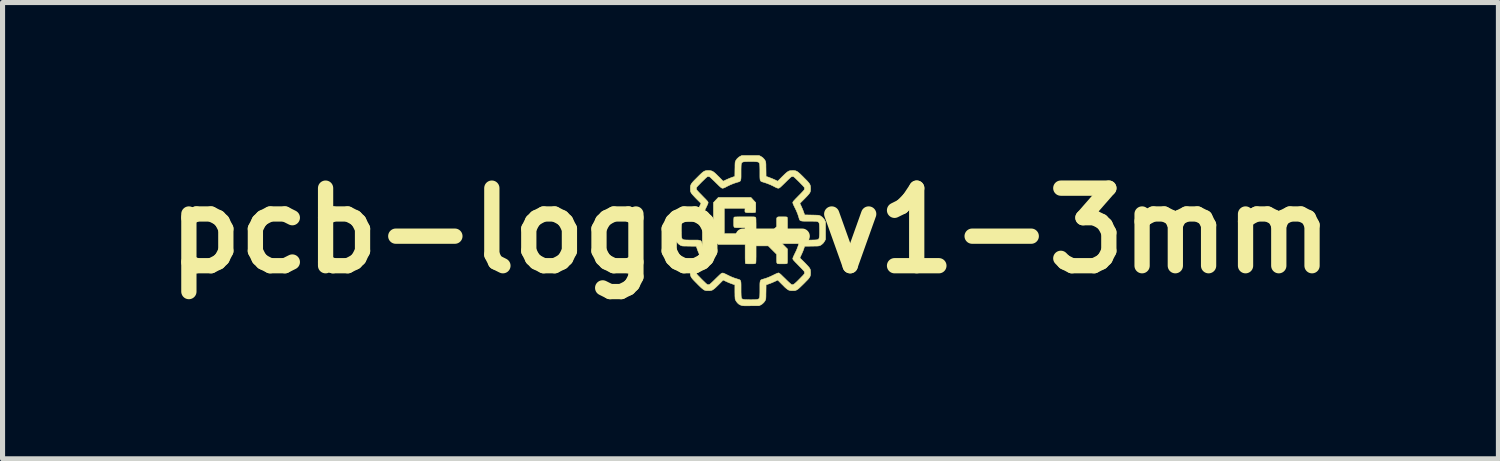
<source format=kicad_pcb>
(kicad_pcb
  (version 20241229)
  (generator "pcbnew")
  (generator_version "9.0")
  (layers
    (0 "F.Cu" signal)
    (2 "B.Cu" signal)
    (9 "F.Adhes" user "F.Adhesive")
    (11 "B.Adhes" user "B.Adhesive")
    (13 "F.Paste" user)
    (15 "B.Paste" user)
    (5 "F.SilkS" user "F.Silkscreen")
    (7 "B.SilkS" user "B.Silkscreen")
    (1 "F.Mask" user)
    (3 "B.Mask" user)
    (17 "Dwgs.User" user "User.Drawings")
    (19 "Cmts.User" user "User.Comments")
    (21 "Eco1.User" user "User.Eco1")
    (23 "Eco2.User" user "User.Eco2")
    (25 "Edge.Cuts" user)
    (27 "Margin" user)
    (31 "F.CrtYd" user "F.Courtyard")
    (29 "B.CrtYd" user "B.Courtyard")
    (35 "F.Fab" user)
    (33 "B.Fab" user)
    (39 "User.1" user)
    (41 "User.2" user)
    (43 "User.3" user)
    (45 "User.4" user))
  (footprint "pcb-logo-v1-3mm"
    (layer "F.Cu")
    (at 11.691 1.48)
    (property "Reference" "pcb-logo-v1-3mm" (at 0 0 0) (layer "F.SilkS") (effects (font (size 1.524 1.524) (thickness 0.3))))
    (attr through_hole)
    (fp_poly (pts (xy -0.311 -0.652) (xy 0.009 -0.652) (xy 0.104 -0.549) (xy 0.104 -0.458) (xy 0.104 -0.418) (xy 0.102 -0.388) (xy 0.1 -0.369) (xy 0.098 -0.36) (xy 0.097 -0.359) (xy 0.089 -0.356) (xy 0.071 -0.354) (xy 0.044 -0.353) (xy 0.005 -0.352) (xy -0.00026 -0.352) (xy -0.039 -0.352) (xy -0.067 -0.354) (xy -0.087 -0.356) (xy -0.1 -0.362) (xy -0.107 -0.37) (xy -0.109 -0.382) (xy -0.109 -0.399) (xy -0.108 -0.407) (xy -0.106 -0.439) (xy -0.514 -0.439) (xy -0.514 0.058) (xy -0.107 0.058) (xy -0.107 -0.058) (xy -0.208 -0.058) (xy -0.245 -0.058) (xy -0.273 -0.058) (xy -0.292 -0.059) (xy -0.304 -0.061) (xy -0.312 -0.063) (xy -0.318 -0.066) (xy -0.319 -0.068) (xy -0.323 -0.074) (xy -0.326 -0.083) (xy -0.328 -0.097) (xy -0.329 -0.118) (xy -0.329 -0.148) (xy -0.329 -0.168) (xy -0.329 -0.208) (xy -0.327 -0.237) (xy -0.325 -0.255) (xy -0.322 -0.264) (xy -0.322 -0.264) (xy -0.317 -0.266) (xy -0.305 -0.268) (xy -0.285 -0.269) (xy -0.257 -0.27) (xy -0.22 -0.271) (xy -0.173 -0.271) (xy -0.115 -0.271) (xy -0.112 -0.271) (xy -0.058 -0.271) (xy -0.015 -0.271) (xy 0.02 -0.271) (xy 0.046 -0.27) (xy 0.066 -0.27) (xy 0.079 -0.268) (xy 0.089 -0.267) (xy 0.095 -0.265) (xy 0.099 -0.262) (xy 0.1 -0.261) (xy 0.103 -0.257) (xy 0.105 -0.25) (xy 0.107 -0.24) (xy 0.108 -0.225) (xy 0.109 -0.204) (xy 0.109 -0.175) (xy 0.11 -0.137) (xy 0.11 -0.089) (xy 0.11 -0.082) (xy 0.11 0.087) (xy 0.349 0.087) (xy 0.432 0.004) (xy 0.515 -0.079) (xy 0.514 -0.164) (xy 0.514 -0.202) (xy 0.514 -0.229) (xy 0.517 -0.248) (xy 0.524 -0.26) (xy 0.537 -0.267) (xy 0.556 -0.271) (xy 0.584 -0.271) (xy 0.622 -0.271) (xy 0.623 -0.271) (xy 0.663 -0.271) (xy 0.692 -0.27) (xy 0.711 -0.268) (xy 0.72 -0.265) (xy 0.72 -0.264) (xy 0.723 -0.258) (xy 0.725 -0.244) (xy 0.726 -0.222) (xy 0.727 -0.191) (xy 0.727 -0.149) (xy 0.727 -0.119) (xy 0.727 0.02) (xy 0.56 0.193) (xy 0.644 0.277) (xy 0.727 0.361) (xy 0.727 0.5) (xy 0.727 0.548) (xy 0.727 0.586) (xy 0.726 0.613) (xy 0.724 0.632) (xy 0.722 0.643) (xy 0.72 0.645) (xy 0.712 0.648) (xy 0.695 0.651) (xy 0.667 0.652) (xy 0.629 0.652) (xy 0.623 0.652) (xy 0.588 0.652) (xy 0.563 0.652) (xy 0.546 0.65) (xy 0.535 0.649) (xy 0.528 0.646) (xy 0.524 0.642) (xy 0.52 0.636) (xy 0.517 0.626) (xy 0.516 0.61) (xy 0.515 0.587) (xy 0.514 0.554) (xy 0.514 0.549) (xy 0.514 0.465) (xy 0.432 0.383) (xy 0.349 0.3) (xy 0.11 0.3) (xy 0.11 0.467) (xy 0.11 0.515) (xy 0.109 0.553) (xy 0.109 0.583) (xy 0.108 0.604) (xy 0.107 0.62) (xy 0.106 0.63) (xy 0.104 0.637) (xy 0.101 0.641) (xy 0.099 0.643) (xy 0.093 0.647) (xy 0.084 0.649) (xy 0.07 0.651) (xy 0.049 0.652) (xy 0.02 0.652) (xy -0.001 0.652) (xy -0.04 0.652) (xy -0.069 0.651) (xy -0.088 0.649) (xy -0.097 0.646) (xy -0.097 0.645) (xy -0.099 0.64) (xy -0.101 0.627) (xy -0.102 0.607) (xy -0.103 0.578) (xy -0.104 0.54) (xy -0.104 0.492) (xy -0.104 0.455) (xy -0.104 0.271) (xy -0.632 0.271) (xy -0.68 0.224) (xy -0.727 0.176) (xy -0.727 -0.188) (xy -0.727 -0.551) (xy -0.679 -0.602) (xy -0.631 -0.652) (xy -0.311 -0.652)) (stroke (width 0.01) (type solid)) (fill yes) (layer "F.SilkS"))
    (fp_poly (pts (xy 0.203 -1.459) (xy 0.241 -1.434) (xy 0.273 -1.4) (xy 0.29 -1.373) (xy 0.294 -1.364) (xy 0.297 -1.356) (xy 0.3 -1.346) (xy 0.301 -1.332) (xy 0.303 -1.314) (xy 0.304 -1.288) (xy 0.304 -1.255) (xy 0.305 -1.212) (xy 0.305 -1.206) (xy 0.307 -1.065) (xy 0.363 -1.046) (xy 0.393 -1.034) (xy 0.429 -1.02) (xy 0.463 -1.005) (xy 0.477 -0.999) (xy 0.536 -0.971) (xy 0.624 -1.06) (xy 0.66 -1.095) (xy 0.689 -1.123) (xy 0.714 -1.144) (xy 0.735 -1.159) (xy 0.754 -1.17) (xy 0.774 -1.176) (xy 0.795 -1.179) (xy 0.818 -1.18) (xy 0.828 -1.18) (xy 0.851 -1.18) (xy 0.871 -1.178) (xy 0.889 -1.174) (xy 0.906 -1.167) (xy 0.924 -1.157) (xy 0.944 -1.141) (xy 0.968 -1.121) (xy 0.997 -1.093) (xy 1.032 -1.059) (xy 1.045 -1.045) (xy 1.082 -1.008) (xy 1.112 -0.978) (xy 1.135 -0.952) (xy 1.152 -0.931) (xy 1.164 -0.912) (xy 1.172 -0.895) (xy 1.177 -0.877) (xy 1.18 -0.858) (xy 1.18 -0.836) (xy 1.181 -0.826) (xy 1.18 -0.799) (xy 1.179 -0.78) (xy 1.175 -0.765) (xy 1.169 -0.751) (xy 1.164 -0.741) (xy 1.154 -0.727) (xy 1.137 -0.706) (xy 1.114 -0.68) (xy 1.085 -0.65) (xy 1.06 -0.624) (xy 0.971 -0.535) (xy 0.997 -0.481) (xy 1.011 -0.449) (xy 1.027 -0.413) (xy 1.04 -0.378) (xy 1.044 -0.367) (xy 1.065 -0.309) (xy 1.207 -0.306) (xy 1.251 -0.305) (xy 1.285 -0.304) (xy 1.311 -0.303) (xy 1.331 -0.302) (xy 1.345 -0.3) (xy 1.355 -0.297) (xy 1.364 -0.294) (xy 1.373 -0.29) (xy 1.373 -0.29) (xy 1.412 -0.263) (xy 1.443 -0.229) (xy 1.459 -0.203) (xy 1.475 -0.17) (xy 1.475 0.17) (xy 1.459 0.203) (xy 1.434 0.241) (xy 1.4 0.273) (xy 1.373 0.29) (xy 1.364 0.294) (xy 1.356 0.297) (xy 1.346 0.3) (xy 1.332 0.301) (xy 1.314 0.303) (xy 1.288 0.303) (xy 1.255 0.304) (xy 1.212 0.305) (xy 1.206 0.305) (xy 1.064 0.307) (xy 1.049 0.354) (xy 1.04 0.379) (xy 1.028 0.41) (xy 1.014 0.442) (xy 1.002 0.468) (xy 0.971 0.536) (xy 1.06 0.624) (xy 1.091 0.656) (xy 1.118 0.685) (xy 1.141 0.71) (xy 1.157 0.73) (xy 1.164 0.741) (xy 1.172 0.757) (xy 1.177 0.77) (xy 1.179 0.786) (xy 1.18 0.808) (xy 1.181 0.826) (xy 1.18 0.849) (xy 1.179 0.868) (xy 1.175 0.886) (xy 1.169 0.903) (xy 1.158 0.921) (xy 1.144 0.941) (xy 1.124 0.964) (xy 1.097 0.991) (xy 1.064 1.025) (xy 1.043 1.046) (xy 1.006 1.082) (xy 0.975 1.112) (xy 0.95 1.135) (xy 0.929 1.152) (xy 0.91 1.164) (xy 0.893 1.172) (xy 0.877 1.177) (xy 0.859 1.18) (xy 0.838 1.18) (xy 0.828 1.18) (xy 0.803 1.18) (xy 0.781 1.177) (xy 0.762 1.172) (xy 0.742 1.164) (xy 0.722 1.15) (xy 0.699 1.132) (xy 0.671 1.107) (xy 0.639 1.074) (xy 0.624 1.06) (xy 0.536 0.971) (xy 0.477 0.999) (xy 0.445 1.013) (xy 0.41 1.028) (xy 0.376 1.041) (xy 0.363 1.046) (xy 0.307 1.065) (xy 0.305 1.206) (xy 0.304 1.251) (xy 0.304 1.285) (xy 0.303 1.311) (xy 0.302 1.33) (xy 0.3 1.344) (xy 0.297 1.355) (xy 0.294 1.364) (xy 0.29 1.372) (xy 0.29 1.373) (xy 0.262 1.413) (xy 0.227 1.444) (xy 0.204 1.458) (xy 0.17 1.475) (xy 0.009 1.476) (xy -0.04 1.477) (xy -0.078 1.477) (xy -0.108 1.477) (xy -0.131 1.476) (xy -0.148 1.475) (xy -0.162 1.473) (xy -0.173 1.47) (xy -0.183 1.467) (xy -0.184 1.467) (xy -0.206 1.457) (xy -0.227 1.445) (xy -0.235 1.439) (xy -0.257 1.418) (xy -0.277 1.392) (xy -0.293 1.365) (xy -0.3 1.346) (xy -0.302 1.334) (xy -0.303 1.313) (xy -0.305 1.284) (xy -0.305 1.249) (xy -0.306 1.211) (xy -0.306 1.195) (xy -0.306 1.065) (xy -0.362 1.046) (xy -0.392 1.035) (xy -0.427 1.021) (xy -0.461 1.006) (xy -0.476 0.999) (xy -0.536 0.971) (xy -0.624 1.06) (xy -0.66 1.095) (xy -0.689 1.123) (xy -0.714 1.144) (xy -0.735 1.159) (xy -0.754 1.17) (xy -0.774 1.176) (xy -0.795 1.179) (xy -0.818 1.18) (xy -0.828 1.18) (xy -0.851 1.18) (xy -0.871 1.178) (xy -0.889 1.174) (xy -0.906 1.168) (xy -0.924 1.157) (xy -0.944 1.141) (xy -0.968 1.121) (xy -0.997 1.093) (xy -1.032 1.059) (xy -1.045 1.045) (xy -1.082 1.008) (xy -1.112 0.977) (xy -1.135 0.952) (xy -1.152 0.931) (xy -1.164 0.912) (xy -1.173 0.894) (xy -1.178 0.876) (xy -1.181 0.857) (xy -1.182 0.835) (xy -1.183 0.832) (xy -1.183 0.808) (xy -1.181 0.786) (xy -1.175 0.766) (xy -1.166 0.745) (xy -1.152 0.723) (xy -1.132 0.699) (xy -1.105 0.669) (xy -1.07 0.634) (xy -1.06 0.624) (xy -0.971 0.535) (xy -0.999 0.478) (xy -1.013 0.446) (xy -1.028 0.411) (xy -1.041 0.376) (xy -1.045 0.364) (xy -1.065 0.307) (xy -1.206 0.305) (xy -1.251 0.304) (xy -1.285 0.304) (xy -1.311 0.303) (xy -1.33 0.302) (xy -1.344 0.3) (xy -1.355 0.297) (xy -1.364 0.294) (xy -1.372 0.29) (xy -1.373 0.29) (xy -1.412 0.263) (xy -1.443 0.229) (xy -1.459 0.203) (xy -1.475 0.17) (xy -1.475 -0.008) (xy -1.357 -0.008) (xy -1.357 0.03) (xy -1.356 0.066) (xy -1.355 0.098) (xy -1.353 0.124) (xy -1.35 0.142) (xy -1.348 0.147) (xy -1.343 0.158) (xy -1.337 0.166) (xy -1.329 0.172) (xy -1.317 0.177) (xy -1.301 0.181) (xy -1.278 0.183) (xy -1.248 0.184) (xy -1.208 0.185) (xy -1.159 0.185) (xy -1.153 0.185) (xy -1.103 0.185) (xy -1.062 0.185) (xy -1.031 0.186) (xy -1.007 0.189) (xy -0.99 0.193) (xy -0.977 0.199) (xy -0.969 0.207) (xy -0.962 0.219) (xy -0.957 0.233) (xy -0.953 0.249) (xy -0.928 0.325) (xy -0.9 0.395) (xy -0.868 0.462) (xy -0.852 0.491) (xy -0.842 0.513) (xy -0.836 0.529) (xy -0.833 0.541) (xy -0.833 0.551) (xy -0.833 0.554) (xy -0.836 0.561) (xy -0.841 0.571) (xy -0.85 0.583) (xy -0.863 0.598) (xy -0.882 0.619) (xy -0.908 0.645) (xy -0.941 0.679) (xy -0.943 0.681) (xy -0.972 0.71) (xy -0.998 0.738) (xy -1.021 0.762) (xy -1.039 0.781) (xy -1.051 0.794) (xy -1.056 0.801) (xy -1.06 0.816) (xy -1.062 0.832) (xy -1.061 0.839) (xy -1.059 0.846) (xy -1.053 0.855) (xy -1.043 0.867) (xy -1.029 0.883) (xy -1.008 0.904) (xy -0.981 0.932) (xy -0.957 0.957) (xy -0.924 0.989) (xy -0.898 1.014) (xy -0.879 1.033) (xy -0.864 1.046) (xy -0.853 1.055) (xy -0.844 1.06) (xy -0.837 1.062) (xy -0.832 1.062) (xy -0.815 1.06) (xy -0.801 1.056) (xy -0.793 1.05) (xy -0.779 1.037) (xy -0.759 1.019) (xy -0.735 0.996) (xy -0.707 0.969) (xy -0.681 0.943) (xy -0.647 0.91) (xy -0.62 0.884) (xy -0.599 0.864) (xy -0.583 0.85) (xy -0.571 0.841) (xy -0.562 0.836) (xy -0.554 0.834) (xy -0.554 0.834) (xy -0.544 0.833) (xy -0.533 0.835) (xy -0.518 0.84) (xy -0.497 0.85) (xy -0.469 0.863) (xy -0.456 0.87) (xy -0.405 0.895) (xy -0.358 0.916) (xy -0.312 0.933) (xy -0.262 0.949) (xy -0.249 0.953) (xy -0.231 0.958) (xy -0.217 0.963) (xy -0.206 0.97) (xy -0.198 0.979) (xy -0.192 0.992) (xy -0.188 1.01) (xy -0.186 1.034) (xy -0.185 1.067) (xy -0.185 1.108) (xy -0.185 1.153) (xy -0.185 1.204) (xy -0.184 1.244) (xy -0.183 1.275) (xy -0.181 1.299) (xy -0.178 1.316) (xy -0.173 1.328) (xy -0.167 1.337) (xy -0.159 1.343) (xy -0.149 1.348) (xy -0.148 1.348) (xy -0.135 1.351) (xy -0.113 1.354) (xy -0.083 1.355) (xy -0.049 1.356) (xy -0.012 1.357) (xy 0.026 1.357) (xy 0.063 1.356) (xy 0.096 1.355) (xy 0.122 1.353) (xy 0.141 1.35) (xy 0.147 1.348) (xy 0.158 1.343) (xy 0.166 1.337) (xy 0.172 1.329) (xy 0.177 1.317) (xy 0.181 1.301) (xy 0.183 1.278) (xy 0.184 1.248) (xy 0.185 1.208) (xy 0.185 1.159) (xy 0.185 1.153) (xy 0.185 1.103) (xy 0.185 1.062) (xy 0.186 1.031) (xy 0.189 1.007) (xy 0.193 0.99) (xy 0.199 0.977) (xy 0.207 0.969) (xy 0.219 0.962) (xy 0.233 0.957) (xy 0.249 0.953) (xy 0.301 0.937) (xy 0.348 0.92) (xy 0.395 0.9) (xy 0.445 0.876) (xy 0.455 0.871) (xy 0.486 0.856) (xy 0.513 0.843) (xy 0.535 0.835) (xy 0.549 0.831) (xy 0.55 0.831) (xy 0.557 0.832) (xy 0.564 0.836) (xy 0.574 0.843) (xy 0.588 0.854) (xy 0.606 0.87) (xy 0.629 0.893) (xy 0.659 0.922) (xy 0.681 0.943) (xy 0.711 0.973) (xy 0.739 1) (xy 0.764 1.023) (xy 0.784 1.041) (xy 0.799 1.054) (xy 0.807 1.059) (xy 0.807 1.059) (xy 0.819 1.062) (xy 0.829 1.062) (xy 0.841 1.059) (xy 0.854 1.052) (xy 0.87 1.04) (xy 0.89 1.022) (xy 0.916 0.998) (xy 0.948 0.966) (xy 0.96 0.954) (xy 0.992 0.921) (xy 1.016 0.896) (xy 1.035 0.877) (xy 1.047 0.862) (xy 1.056 0.851) (xy 1.06 0.843) (xy 1.062 0.836) (xy 1.062 0.832) (xy 1.06 0.814) (xy 1.056 0.801) (xy 1.05 0.793) (xy 1.037 0.779) (xy 1.019 0.759) (xy 0.995 0.734) (xy 0.968 0.707) (xy 0.94 0.678) (xy 0.907 0.644) (xy 0.881 0.618) (xy 0.862 0.597) (xy 0.848 0.582) (xy 0.839 0.57) (xy 0.834 0.561) (xy 0.832 0.554) (xy 0.831 0.55) (xy 0.834 0.536) (xy 0.843 0.514) (xy 0.856 0.485) (xy 0.868 0.46) (xy 0.904 0.386) (xy 0.932 0.313) (xy 0.953 0.249) (xy 0.958 0.231) (xy 0.963 0.217) (xy 0.97 0.206) (xy 0.979 0.198) (xy 0.992 0.192) (xy 1.01 0.188) (xy 1.034 0.186) (xy 1.067 0.185) (xy 1.108 0.185) (xy 1.153 0.185) (xy 1.204 0.185) (xy 1.244 0.184) (xy 1.275 0.183) (xy 1.299 0.181) (xy 1.316 0.178) (xy 1.328 0.173) (xy 1.337 0.167) (xy 1.343 0.159) (xy 1.348 0.148) (xy 1.348 0.147) (xy 1.351 0.134) (xy 1.354 0.111) (xy 1.356 0.081) (xy 1.357 0.046) (xy 1.357 0.008) (xy 1.357 -0.03) (xy 1.356 -0.066) (xy 1.355 -0.098) (xy 1.353 -0.124) (xy 1.35 -0.142) (xy 1.348 -0.147) (xy 1.343 -0.158) (xy 1.337 -0.166) (xy 1.329 -0.172) (xy 1.317 -0.177) (xy 1.301 -0.181) (xy 1.278 -0.183) (xy 1.248 -0.184) (xy 1.208 -0.185) (xy 1.159 -0.185) (xy 1.153 -0.185) (xy 1.103 -0.185) (xy 1.062 -0.185) (xy 1.031 -0.186) (xy 1.007 -0.189) (xy 0.99 -0.193) (xy 0.977 -0.199) (xy 0.969 -0.207) (xy 0.962 -0.219) (xy 0.957 -0.233) (xy 0.953 -0.249) (xy 0.928 -0.327) (xy 0.897 -0.401) (xy 0.868 -0.46) (xy 0.852 -0.493) (xy 0.84 -0.52) (xy 0.833 -0.54) (xy 0.831 -0.55) (xy 0.832 -0.556) (xy 0.835 -0.563) (xy 0.841 -0.573) (xy 0.852 -0.586) (xy 0.867 -0.602) (xy 0.888 -0.625) (xy 0.916 -0.653) (xy 0.94 -0.678) (xy 0.97 -0.708) (xy 0.996 -0.735) (xy 1.02 -0.76) (xy 1.038 -0.78) (xy 1.05 -0.794) (xy 1.056 -0.801) (xy 1.06 -0.816) (xy 1.062 -0.832) (xy 1.061 -0.839) (xy 1.059 -0.846) (xy 1.053 -0.855) (xy 1.043 -0.867) (xy 1.029 -0.883) (xy 1.008 -0.904) (xy 0.981 -0.932) (xy 0.957 -0.957) (xy 0.924 -0.989) (xy 0.898 -1.014) (xy 0.879 -1.033) (xy 0.864 -1.046) (xy 0.853 -1.055) (xy 0.844 -1.06) (xy 0.837 -1.062) (xy 0.832 -1.062) (xy 0.815 -1.06) (xy 0.801 -1.056) (xy 0.793 -1.05) (xy 0.779 -1.037) (xy 0.759 -1.019) (xy 0.735 -0.996) (xy 0.707 -0.969) (xy 0.681 -0.943) (xy 0.647 -0.91) (xy 0.62 -0.884) (xy 0.599 -0.864) (xy 0.583 -0.85) (xy 0.571 -0.841) (xy 0.562 -0.836) (xy 0.554 -0.834) (xy 0.554 -0.833) (xy 0.544 -0.833) (xy 0.533 -0.835) (xy 0.518 -0.84) (xy 0.498 -0.849) (xy 0.47 -0.863) (xy 0.462 -0.868) (xy 0.389 -0.903) (xy 0.317 -0.931) (xy 0.249 -0.953) (xy 0.231 -0.958) (xy 0.217 -0.963) (xy 0.206 -0.97) (xy 0.198 -0.979) (xy 0.192 -0.992) (xy 0.188 -1.01) (xy 0.186 -1.034) (xy 0.185 -1.067) (xy 0.185 -1.108) (xy 0.185 -1.153) (xy 0.185 -1.204) (xy 0.184 -1.244) (xy 0.183 -1.275) (xy 0.181 -1.299) (xy 0.178 -1.316) (xy 0.173 -1.328) (xy 0.167 -1.337) (xy 0.159 -1.343) (xy 0.148 -1.348) (xy 0.147 -1.348) (xy 0.134 -1.351) (xy 0.111 -1.354) (xy 0.081 -1.356) (xy 0.046 -1.357) (xy 0.008 -1.357) (xy -0.03 -1.357) (xy -0.066 -1.356) (xy -0.098 -1.355) (xy -0.124 -1.353) (xy -0.142 -1.35) (xy -0.147 -1.348) (xy -0.158 -1.343) (xy -0.166 -1.337) (xy -0.172 -1.329) (xy -0.177 -1.317) (xy -0.181 -1.301) (xy -0.183 -1.278) (xy -0.184 -1.248) (xy -0.185 -1.208) (xy -0.185 -1.159) (xy -0.185 -1.153) (xy -0.185 -1.103) (xy -0.185 -1.062) (xy -0.186 -1.031) (xy -0.189 -1.007) (xy -0.193 -0.99) (xy -0.199 -0.977) (xy -0.207 -0.969) (xy -0.219 -0.962) (xy -0.233 -0.957) (xy -0.249 -0.953) (xy -0.324 -0.929) (xy -0.396 -0.9) (xy -0.462 -0.868) (xy -0.491 -0.852) (xy -0.513 -0.842) (xy -0.529 -0.836) (xy -0.541 -0.833) (xy -0.551 -0.833) (xy -0.554 -0.833) (xy -0.561 -0.836) (xy -0.571 -0.841) (xy -0.583 -0.85) (xy -0.598 -0.863) (xy -0.619 -0.882) (xy -0.645 -0.908) (xy -0.679 -0.941) (xy -0.681 -0.943) (xy -0.71 -0.972) (xy -0.738 -0.998) (xy -0.762 -1.021) (xy -0.781 -1.039) (xy -0.794 -1.051) (xy -0.801 -1.056) (xy -0.816 -1.06) (xy -0.832 -1.062) (xy -0.839 -1.061) (xy -0.846 -1.059) (xy -0.855 -1.053) (xy -0.867 -1.043) (xy -0.883 -1.029) (xy -0.904 -1.008) (xy -0.932 -0.981) (xy -0.957 -0.957) (xy -0.989 -0.924) (xy -1.014 -0.898) (xy -1.033 -0.879) (xy -1.046 -0.864) (xy -1.055 -0.853) (xy -1.06 -0.844) (xy -1.062 -0.837) (xy -1.062 -0.832) (xy -1.06 -0.815) (xy -1.056 -0.801) (xy -1.05 -0.793) (xy -1.037 -0.779) (xy -1.019 -0.759) (xy -0.995 -0.734) (xy -0.968 -0.707) (xy -0.94 -0.678) (xy -0.907 -0.644) (xy -0.881 -0.618) (xy -0.862 -0.597) (xy -0.848 -0.582) (xy -0.839 -0.57) (xy -0.834 -0.561) (xy -0.832 -0.554) (xy -0.831 -0.55) (xy -0.834 -0.536) (xy -0.843 -0.514) (xy -0.856 -0.485) (xy -0.868 -0.46) (xy -0.904 -0.386) (xy -0.933 -0.311) (xy -0.953 -0.249) (xy -0.958 -0.231) (xy -0.963 -0.217) (xy -0.97 -0.206) (xy -0.979 -0.198) (xy -0.992 -0.192) (xy -1.01 -0.188) (xy -1.034 -0.186) (xy -1.067 -0.185) (xy -1.108 -0.185) (xy -1.153 -0.185) (xy -1.204 -0.185) (xy -1.244 -0.184) (xy -1.275 -0.183) (xy -1.299 -0.181) (xy -1.316 -0.178) (xy -1.328 -0.173) (xy -1.337 -0.167) (xy -1.343 -0.159) (xy -1.348 -0.148) (xy -1.348 -0.147) (xy -1.351 -0.134) (xy -1.354 -0.111) (xy -1.356 -0.081) (xy -1.357 -0.046) (xy -1.357 -0.008) (xy -1.475 -0.008) (xy -1.475 -0.17) (xy -1.459 -0.203) (xy -1.434 -0.241) (xy -1.4 -0.273) (xy -1.373 -0.29) (xy -1.364 -0.294) (xy -1.356 -0.297) (xy -1.345 -0.3) (xy -1.331 -0.302) (xy -1.312 -0.303) (xy -1.286 -0.304) (xy -1.252 -0.305) (xy -1.208 -0.306) (xy -1.207 -0.306) (xy -1.065 -0.309) (xy -1.044 -0.367) (xy -1.032 -0.4) (xy -1.017 -0.436) (xy -1.002 -0.47) (xy -0.997 -0.481) (xy -0.971 -0.535) (xy -1.06 -0.624) (xy -1.091 -0.656) (xy -1.118 -0.685) (xy -1.141 -0.71) (xy -1.157 -0.73) (xy -1.164 -0.741) (xy -1.172 -0.757) (xy -1.177 -0.77) (xy -1.179 -0.786) (xy -1.18 -0.808) (xy -1.181 -0.826) (xy -1.18 -0.849) (xy -1.179 -0.869) (xy -1.175 -0.887) (xy -1.168 -0.905) (xy -1.158 -0.923) (xy -1.143 -0.943) (xy -1.123 -0.966) (xy -1.096 -0.994) (xy -1.062 -1.028) (xy -1.045 -1.045) (xy -1.008 -1.082) (xy -0.977 -1.112) (xy -0.952 -1.135) (xy -0.931 -1.152) (xy -0.912 -1.164) (xy -0.895 -1.172) (xy -0.877 -1.177) (xy -0.858 -1.18) (xy -0.837 -1.18) (xy -0.828 -1.18) (xy -0.803 -1.18) (xy -0.781 -1.177) (xy -0.762 -1.172) (xy -0.742 -1.164) (xy -0.722 -1.15) (xy -0.699 -1.132) (xy -0.672 -1.107) (xy -0.639 -1.074) (xy -0.624 -1.06) (xy -0.536 -0.971) (xy -0.476 -0.999) (xy -0.445 -1.013) (xy -0.41 -1.028) (xy -0.376 -1.041) (xy -0.362 -1.046) (xy -0.307 -1.065) (xy -0.305 -1.206) (xy -0.304 -1.251) (xy -0.304 -1.285) (xy -0.303 -1.311) (xy -0.302 -1.33) (xy -0.3 -1.344) (xy -0.297 -1.355) (xy -0.294 -1.364) (xy -0.29 -1.372) (xy -0.29 -1.373) (xy -0.263 -1.412) (xy -0.229 -1.443) (xy -0.203 -1.459) (xy -0.17 -1.475) (xy 0.17 -1.475) (xy 0.203 -1.459)) (stroke (width 0.01) (type solid)) (fill yes) (layer "F.SilkS")))
  (gr_rect
    (start -3 -3)
    (end 26.383 5.962)
    (stroke (width 0.1) (type default))
    (fill no)
    (layer "Edge.Cuts")))
</source>
